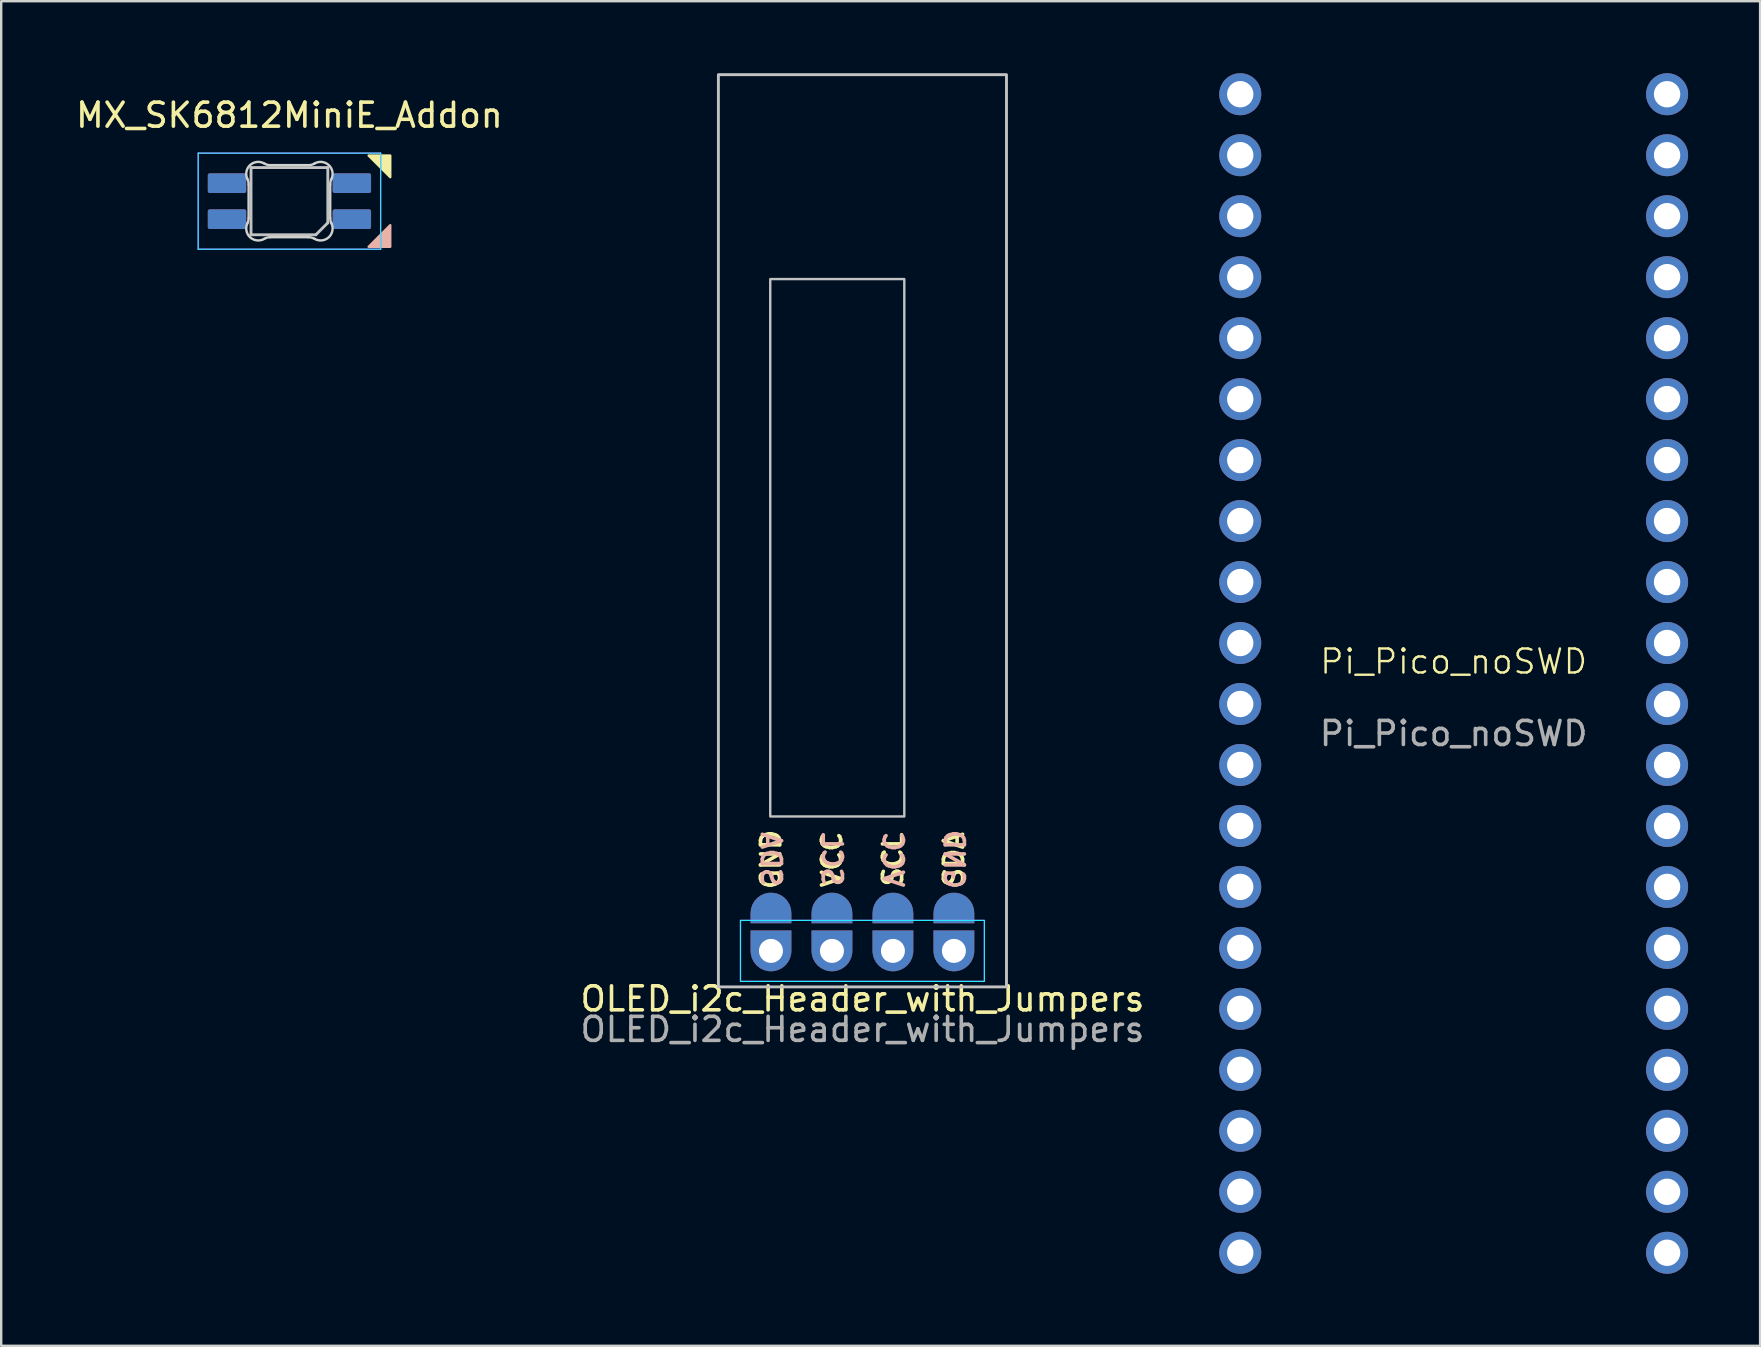
<source format=kicad_pcb>
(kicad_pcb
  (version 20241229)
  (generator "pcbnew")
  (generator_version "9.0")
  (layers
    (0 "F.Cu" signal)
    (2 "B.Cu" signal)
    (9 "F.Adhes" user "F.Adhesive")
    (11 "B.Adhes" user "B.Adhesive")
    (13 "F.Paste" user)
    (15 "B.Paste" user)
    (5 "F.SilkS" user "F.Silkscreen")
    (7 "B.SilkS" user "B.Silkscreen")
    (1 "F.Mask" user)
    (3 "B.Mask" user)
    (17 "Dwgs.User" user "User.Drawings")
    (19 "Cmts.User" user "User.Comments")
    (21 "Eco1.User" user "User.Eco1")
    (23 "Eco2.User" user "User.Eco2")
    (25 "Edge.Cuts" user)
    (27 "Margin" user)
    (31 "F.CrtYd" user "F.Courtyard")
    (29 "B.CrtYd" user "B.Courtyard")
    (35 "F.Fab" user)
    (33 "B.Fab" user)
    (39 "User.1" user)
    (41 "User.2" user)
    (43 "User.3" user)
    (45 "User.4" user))
  (footprint "Pi_Pico_noSWD"
    (layer "F.Cu")
    (at 57.503 25.005)
    (property "Reference" "Pi_Pico_noSWD" (at 0 -0.5 0) (unlocked yes) (layer "F.SilkS") (effects (font (size 1 1) (thickness 0.1))))
    (attr through_hole)
    (fp_text user "${REFERENCE}" (at 0 2.5 0) (unlocked yes) (layer "F.Fab") (effects (font (size 1 1) (thickness 0.15))))
    (pad "1" thru_hole circle (at -8.89 -24.13) (size 1.75 1.75) (drill 1.1) (layers "*.Cu" "*.Mask"))
    (pad "2" thru_hole circle (at -8.89 -21.59) (size 1.75 1.75) (drill 1.1) (layers "*.Cu" "*.Mask"))
    (pad "3" thru_hole circle (at -8.89 -19.05) (size 1.75 1.75) (drill 1.1) (layers "*.Cu" "*.Mask"))
    (pad "4" thru_hole circle (at -8.89 -16.51) (size 1.75 1.75) (drill 1.1) (layers "*.Cu" "*.Mask"))
    (pad "5" thru_hole circle (at -8.89 -13.97) (size 1.75 1.75) (drill 1.1) (layers "*.Cu" "*.Mask"))
    (pad "6" thru_hole circle (at -8.89 -11.43) (size 1.75 1.75) (drill 1.1) (layers "*.Cu" "*.Mask"))
    (pad "7" thru_hole circle (at -8.89 -8.89) (size 1.75 1.75) (drill 1.1) (layers "*.Cu" "*.Mask"))
    (pad "8" thru_hole circle (at -8.89 -6.35) (size 1.75 1.75) (drill 1.1) (layers "*.Cu" "*.Mask"))
    (pad "9" thru_hole circle (at -8.89 -3.81) (size 1.75 1.75) (drill 1.1) (layers "*.Cu" "*.Mask"))
    (pad "10" thru_hole circle (at -8.89 -1.27) (size 1.75 1.75) (drill 1.1) (layers "*.Cu" "*.Mask"))
    (pad "11" thru_hole circle (at -8.89 1.27) (size 1.75 1.75) (drill 1.1) (layers "*.Cu" "*.Mask"))
    (pad "12" thru_hole circle (at -8.89 3.81) (size 1.75 1.75) (drill 1.1) (layers "*.Cu" "*.Mask"))
    (pad "13" thru_hole circle (at -8.89 6.35) (size 1.75 1.75) (drill 1.1) (layers "*.Cu" "*.Mask"))
    (pad "14" thru_hole circle (at -8.89 8.89) (size 1.75 1.75) (drill 1.1) (layers "*.Cu" "*.Mask"))
    (pad "15" thru_hole circle (at -8.89 11.43) (size 1.75 1.75) (drill 1.1) (layers "*.Cu" "*.Mask"))
    (pad "16" thru_hole circle (at -8.89 13.97) (size 1.75 1.75) (drill 1.1) (layers "*.Cu" "*.Mask"))
    (pad "17" thru_hole circle (at -8.89 16.51) (size 1.75 1.75) (drill 1.1) (layers "*.Cu" "*.Mask"))
    (pad "18" thru_hole circle (at -8.89 19.05) (size 1.75 1.75) (drill 1.1) (layers "*.Cu" "*.Mask"))
    (pad "19" thru_hole circle (at -8.89 21.59) (size 1.75 1.75) (drill 1.1) (layers "*.Cu" "*.Mask"))
    (pad "20" thru_hole circle (at -8.89 24.13) (size 1.75 1.75) (drill 1.1) (layers "*.Cu" "*.Mask"))
    (pad "21" thru_hole circle (at 8.89 24.13) (size 1.75 1.75) (drill 1.1) (layers "*.Cu" "*.Mask"))
    (pad "22" thru_hole circle (at 8.89 21.59) (size 1.75 1.75) (drill 1.1) (layers "*.Cu" "*.Mask"))
    (pad "23" thru_hole circle (at 8.89 19.05) (size 1.75 1.75) (drill 1.1) (layers "*.Cu" "*.Mask"))
    (pad "24" thru_hole circle (at 8.89 16.51) (size 1.75 1.75) (drill 1.1) (layers "*.Cu" "*.Mask"))
    (pad "25" thru_hole circle (at 8.89 13.97) (size 1.75 1.75) (drill 1.1) (layers "*.Cu" "*.Mask"))
    (pad "26" thru_hole circle (at 8.89 11.43) (size 1.75 1.75) (drill 1.1) (layers "*.Cu" "*.Mask"))
    (pad "27" thru_hole circle (at 8.89 8.89) (size 1.75 1.75) (drill 1.1) (layers "*.Cu" "*.Mask"))
    (pad "28" thru_hole circle (at 8.89 6.35) (size 1.75 1.75) (drill 1.1) (layers "*.Cu" "*.Mask"))
    (pad "29" thru_hole circle (at 8.89 3.81) (size 1.75 1.75) (drill 1.1) (layers "*.Cu" "*.Mask"))
    (pad "30" thru_hole circle (at 8.89 1.27) (size 1.75 1.75) (drill 1.1) (layers "*.Cu" "*.Mask"))
    (pad "31" thru_hole circle (at 8.89 -1.27) (size 1.75 1.75) (drill 1.1) (layers "*.Cu" "*.Mask"))
    (pad "32" thru_hole circle (at 8.89 -3.81) (size 1.75 1.75) (drill 1.1) (layers "*.Cu" "*.Mask"))
    (pad "33" thru_hole circle (at 8.89 -6.35) (size 1.75 1.75) (drill 1.1) (layers "*.Cu" "*.Mask"))
    (pad "34" thru_hole circle (at 8.89 -8.89) (size 1.75 1.75) (drill 1.1) (layers "*.Cu" "*.Mask"))
    (pad "35" thru_hole circle (at 8.89 -11.43) (size 1.75 1.75) (drill 1.1) (layers "*.Cu" "*.Mask"))
    (pad "36" thru_hole circle (at 8.89 -13.97) (size 1.75 1.75) (drill 1.1) (layers "*.Cu" "*.Mask"))
    (pad "37" thru_hole circle (at 8.89 -16.51) (size 1.75 1.75) (drill 1.1) (layers "*.Cu" "*.Mask"))
    (pad "38" thru_hole circle (at 8.89 -19.05) (size 1.75 1.75) (drill 1.1) (layers "*.Cu" "*.Mask"))
    (pad "39" thru_hole circle (at 8.89 -21.59) (size 1.75 1.75) (drill 1.1) (layers "*.Cu" "*.Mask"))
    (pad "40" thru_hole circle (at 8.89 -24.13) (size 1.75 1.75) (drill 1.1) (layers "*.Cu" "*.Mask")))
  (footprint "MX_SK6812MiniE_Addon"
    (layer "F.Cu")
    (at 9.006 0.25)
    (property "Reference" "MX_SK6812MiniE_Addon" (at 0 1.5 0) (layer "F.SilkS") (effects (font (size 1 1) (thickness 0.15))))
    (attr through_hole)
    (fp_poly (pts (xy 4.2 4.08) (xy 3.3 3.18) (xy 4.2 3.18)) (stroke (width 0.1) (type solid)) (fill yes) (layer "F.SilkS"))
    (fp_poly (pts (xy 4.2 6.08) (xy 3.3 6.98) (xy 4.2 6.98)) (stroke (width 0.1) (type solid)) (fill yes) (layer "B.SilkS"))
    (fp_line (start -1.6 3.68) (end -1.6 6.48) (stroke (width 0.12) (type solid)) (layer "Dwgs.User"))
    (fp_line (start -1.6 6.48) (end 1.1 6.48) (stroke (width 0.12) (type solid)) (layer "Dwgs.User"))
    (fp_line (start 1.6 3.68) (end -1.6 3.68) (stroke (width 0.12) (type solid)) (layer "Dwgs.User"))
    (fp_line (start 1.6 5.98) (end 1.1 6.48) (stroke (width 0.12) (type solid)) (layer "Dwgs.User"))
    (fp_line (start 1.6 5.98) (end 1.6 3.68) (stroke (width 0.12) (type solid)) (layer "Dwgs.User"))
    (fp_line (start -1.7 5.783) (end -1.7 4.377) (stroke (width 0.1) (type solid)) (layer "Edge.Cuts"))
    (fp_line (start -0.794 3.58) (end 0.794 3.58) (stroke (width 0.1) (type solid)) (layer "Edge.Cuts"))
    (fp_line (start 0.794 6.58) (end -0.794 6.58) (stroke (width 0.1) (type solid)) (layer "Edge.Cuts"))
    (fp_line (start 1.7 4.377) (end 1.7 5.783) (stroke (width 0.1) (type solid)) (layer "Edge.Cuts"))
    (fp_arc (start -1.749484 4.160279) (mid -1.712527 4.265931) (end -1.699999 4.377157) (stroke (width 0.1) (type solid)) (layer "Edge.Cuts"))
    (fp_arc (start -1.749484 4.160279) (mid -1.638071 3.575964) (end -1.046711 3.5117) (stroke (width 0.1) (type solid)) (layer "Edge.Cuts"))
    (fp_arc (start -1.699999 5.782842) (mid -1.712527 5.894067) (end -1.749484 5.999719) (stroke (width 0.1) (type solid)) (layer "Edge.Cuts"))
    (fp_arc (start -1.046711 6.648296) (mid -1.63807 6.584033) (end -1.749484 5.999719) (stroke (width 0.1) (type solid)) (layer "Edge.Cuts"))
    (fp_arc (start -1.04671 6.648298) (mid -0.925122 6.597376) (end -0.794452 6.579999) (stroke (width 0.1) (type solid)) (layer "Edge.Cuts"))
    (fp_arc (start -0.794453 3.579999) (mid -0.925123 3.562622) (end -1.046711 3.5117) (stroke (width 0.1) (type solid)) (layer "Edge.Cuts"))
    (fp_arc (start 0.794452 6.579999) (mid 0.925123 6.597376) (end 1.046711 6.648298) (stroke (width 0.1) (type solid)) (layer "Edge.Cuts"))
    (fp_arc (start 1.046711 3.511701) (mid 0.925123 3.562623) (end 0.794453 3.58) (stroke (width 0.1) (type solid)) (layer "Edge.Cuts"))
    (fp_arc (start 1.046711 3.511701) (mid 1.638071 3.575965) (end 1.749484 4.160279) (stroke (width 0.1) (type solid)) (layer "Edge.Cuts"))
    (fp_arc (start 1.699999 4.377156) (mid 1.712527 4.265931) (end 1.749484 4.160279) (stroke (width 0.1) (type solid)) (layer "Edge.Cuts"))
    (fp_arc (start 1.749484 5.999718) (mid 1.638072 6.584034) (end 1.046711 6.648298) (stroke (width 0.1) (type solid)) (layer "Edge.Cuts"))
    (fp_arc (start 1.749484 5.999719) (mid 1.712527 5.894067) (end 1.699999 5.782841) (stroke (width 0.1) (type solid)) (layer "Edge.Cuts"))
    (fp_line (start -3.8 3.08) (end -3.8 7.08) (stroke (width 0.05) (type solid)) (layer "B.CrtYd"))
    (fp_line (start -3.8 7.08) (end 3.8 7.08) (stroke (width 0.05) (type solid)) (layer "B.CrtYd"))
    (fp_line (start 3.8 3.08) (end -3.8 3.08) (stroke (width 0.05) (type solid)) (layer "B.CrtYd"))
    (fp_line (start 3.8 7.08) (end 3.8 3.08) (stroke (width 0.05) (type solid)) (layer "B.CrtYd"))
    (fp_line (start -3.8 3.08) (end 3.8 3.08) (stroke (width 0.05) (type solid)) (layer "F.CrtYd"))
    (fp_line (start -3.8 7.08) (end -3.8 3.08) (stroke (width 0.05) (type solid)) (layer "F.CrtYd"))
    (fp_line (start 3.8 3.08) (end 3.8 7.08) (stroke (width 0.05) (type solid)) (layer "F.CrtYd"))
    (fp_line (start 3.8 7.08) (end -3.8 7.08) (stroke (width 0.05) (type solid)) (layer "F.CrtYd"))
    (pad "1" smd roundrect (at -2.6 4.33 270) (size 0.82 1.6) (layers "B.Cu" "B.Mask" "B.Paste") (roundrect_rratio 0.1))
    (pad "1" smd roundrect (at -2.6 5.83 270) (size 0.82 1.6) (layers "F.Cu" "F.Mask" "F.Paste") (roundrect_rratio 0.1))
    (pad "2" smd roundrect (at -2.6 4.33 270) (size 0.82 1.6) (layers "F.Cu" "F.Mask" "F.Paste") (roundrect_rratio 0.1))
    (pad "2" smd roundrect (at -2.6 5.83 270) (size 0.82 1.6) (layers "B.Cu" "B.Mask" "B.Paste") (roundrect_rratio 0.1))
    (pad "3" smd roundrect (at 2.6 4.33 270) (size 0.82 1.6) (layers "F.Cu" "F.Mask" "F.Paste") (roundrect_rratio 0.1))
    (pad "3" smd roundrect (at 2.6 5.83 270) (size 0.82 1.6) (layers "B.Cu" "B.Mask" "B.Paste") (roundrect_rratio 0.1))
    (pad "4" smd roundrect (at 2.6 4.33 270) (size 0.82 1.6) (layers "B.Cu" "B.Mask" "B.Paste") (roundrect_rratio 0.1))
    (pad "4" smd roundrect (at 2.6 5.83 270) (size 0.82 1.6) (layers "F.Cu" "F.Mask" "F.Paste") (roundrect_rratio 0.1)))
  (footprint "OLED_i2c_Header_with_Jumpers"
    (layer "F.Cu")
    (at 32.875 36.56)
    (property "Reference" "OLED_i2c_Header_with_Jumpers" (at 0 2 0) (unlocked yes) (layer "F.SilkS") (effects (font (size 1 1) (thickness 0.15))))
    (attr through_hole)
    (fp_rect (start -6 -36.5) (end 6 1.5) (stroke (width 0.12) (type default)) (fill no) (layer "Dwgs.User"))
    (fp_rect (start -3.84 -27.984) (end 1.744 -5.6) (stroke (width 0.1) (type solid)) (fill no) (layer "Dwgs.User"))
    (fp_rect (start -5.08 -1.27) (end 5.08 1.27) (stroke (width 0.05) (type default)) (fill no) (layer "B.CrtYd"))
    (fp_rect (start -5.08 -1.27) (end 5.08 1.27) (stroke (width 0.05) (type default)) (fill no) (layer "F.CrtYd"))
    (fp_text user "VCC" (at -1.27 -3.81 90) (unlocked yes) (layer "F.SilkS") (effects (font (size 0.8 0.8) (thickness 0.15))))
    (fp_text user "SCL" (at 1.27 -3.81 90) (unlocked yes) (layer "F.SilkS") (effects (font (size 0.8 0.8) (thickness 0.15))))
    (fp_text user "SDA" (at 3.81 -3.81 90) (unlocked yes) (layer "F.SilkS") (effects (font (size 0.8 0.8) (thickness 0.15))))
    (fp_text user "GND" (at -3.81 -3.81 90) (unlocked yes) (layer "F.SilkS") (effects (font (size 0.8 0.8) (thickness 0.15))))
    (fp_text user "VCC" (at 1.27 -3.81 270) (unlocked yes) (layer "B.SilkS") (effects (font (size 0.8 0.8) (thickness 0.15)) (justify mirror)))
    (fp_text user "SCL" (at -1.27 -3.81 270) (unlocked yes) (layer "B.SilkS") (effects (font (size 0.8 0.8) (thickness 0.15)) (justify mirror)))
    (fp_text user "GND" (at 3.81 -3.81 270) (unlocked yes) (layer "B.SilkS") (effects (font (size 0.8 0.8) (thickness 0.15)) (justify mirror)))
    (fp_text user "SDA" (at -3.81 -3.81 270) (unlocked yes) (layer "B.SilkS") (effects (font (size 0.8 0.8) (thickness 0.15)) (justify mirror)))
    (fp_text user "${REFERENCE}" (at 0 3.27 0) (unlocked yes) (layer "F.Fab") (effects (font (size 1 1) (thickness 0.15))))
    (pad "" thru_hole roundrect (at -3.81 0) (size 1.7 1.7) (drill 1) (layers "*.Cu" "*.Mask") (roundrect_rratio 0.5) (chamfer_ratio 0) (chamfer top_left top_right))
    (pad "" thru_hole roundrect (at -1.27 0) (size 1.7 1.7) (drill 1) (layers "*.Cu" "*.Mask") (roundrect_rratio 0.5) (chamfer_ratio 0) (chamfer top_left top_right))
    (pad "" thru_hole roundrect (at 1.27 0) (size 1.7 1.7) (drill 1) (layers "*.Cu" "*.Mask") (roundrect_rratio 0.5) (chamfer_ratio 0) (chamfer top_left top_right))
    (pad "" thru_hole roundrect (at 3.81 0) (size 1.7 1.7) (drill 1) (layers "*.Cu" "*.Mask") (roundrect_rratio 0.5) (chamfer_ratio 0) (chamfer top_left top_right))
    (pad "1" smd custom (at -3.81 -1.363) (size 1.7 0.425) (layers "F.Cu" "F.Mask" "F.Paste") (options (anchor rect)) (primitives (gr_arc (start -0.425 -0.2125) (mid 0 -0.6375) (end 0.425 -0.2125) (width 0.85))))
    (pad "1" smd custom (at 3.81 -1.363) (size 1.7 0.425) (layers "B.Cu" "B.Mask" "B.Paste") (options (anchor rect)) (primitives (gr_arc (start -0.425 -0.2125) (mid 0 -0.6375) (end 0.425 -0.2125) (width 0.85))))
    (pad "2" smd custom (at -1.27 -1.363) (size 1.7 0.425) (layers "F.Cu" "F.Mask" "F.Paste") (options (anchor rect)) (primitives (gr_arc (start -0.425 -0.2125) (mid 0 -0.6375) (end 0.425 -0.2125) (width 0.85))))
    (pad "2" smd custom (at 1.27 -1.363) (size 1.7 0.425) (layers "B.Cu" "B.Mask" "B.Paste") (options (anchor rect)) (primitives (gr_arc (start -0.425 -0.2125) (mid 0 -0.6375) (end 0.425 -0.2125) (width 0.85))))
    (pad "3" smd custom (at -1.27 -1.363) (size 1.7 0.425) (layers "B.Cu" "B.Mask" "B.Paste") (options (anchor rect)) (primitives (gr_arc (start -0.425 -0.2125) (mid 0 -0.6375) (end 0.425 -0.2125) (width 0.85))))
    (pad "3" smd custom (at 1.27 -1.363) (size 1.7 0.425) (layers "F.Cu" "F.Mask" "F.Paste") (options (anchor rect)) (primitives (gr_arc (start -0.425 -0.2125) (mid 0 -0.6375) (end 0.425 -0.2125) (width 0.85))))
    (pad "4" smd custom (at -3.81 -1.363) (size 1.7 0.425) (layers "B.Cu" "B.Mask" "B.Paste") (options (anchor rect)) (primitives (gr_arc (start -0.425 -0.2125) (mid 0 -0.6375) (end 0.425 -0.2125) (width 0.85))))
    (pad "4" smd custom (at 3.81 -1.363) (size 1.7 0.425) (layers "F.Cu" "F.Mask" "F.Paste") (options (anchor rect)) (primitives (gr_arc (start -0.425 -0.2125) (mid 0 -0.6375) (end 0.425 -0.2125) (width 0.85)))))
  (gr_rect
    (start -3 -3)
    (end 70.268 53.01)
    (stroke (width 0.1) (type default))
    (fill no)
    (layer "Edge.Cuts")))
</source>
